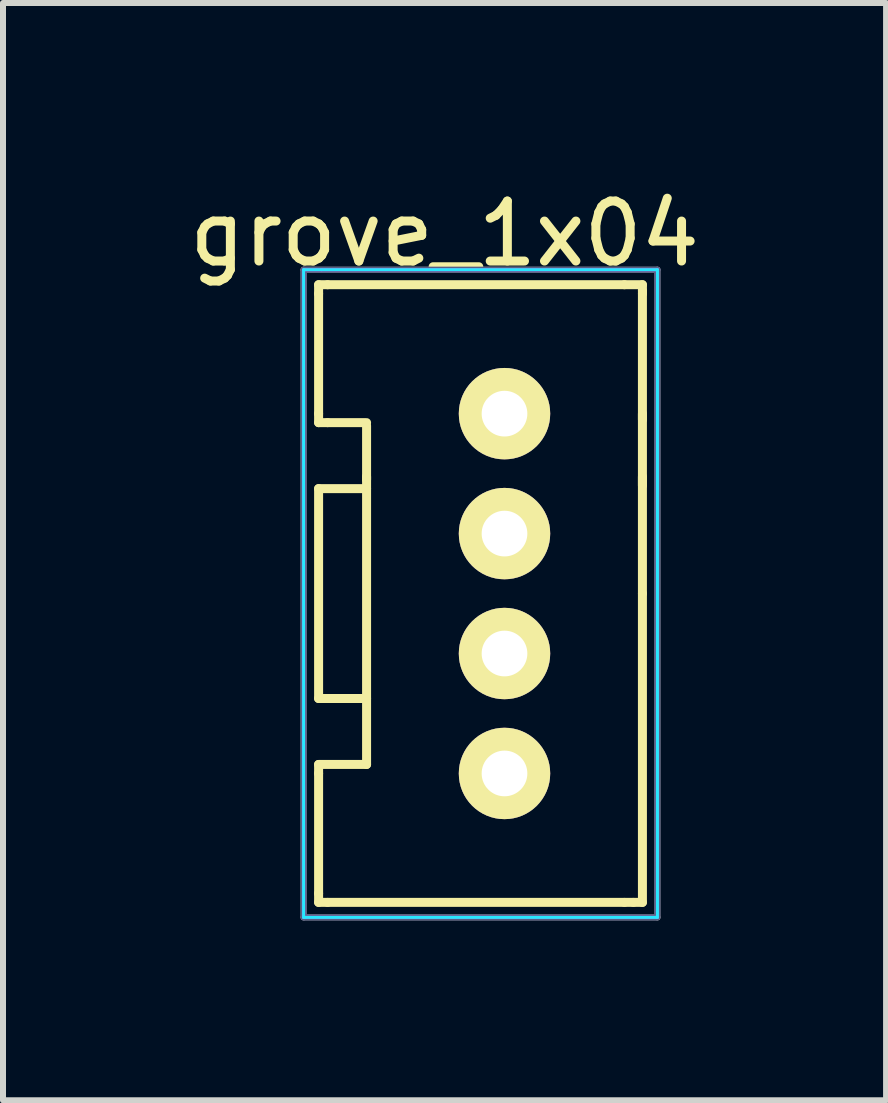
<source format=kicad_pcb>
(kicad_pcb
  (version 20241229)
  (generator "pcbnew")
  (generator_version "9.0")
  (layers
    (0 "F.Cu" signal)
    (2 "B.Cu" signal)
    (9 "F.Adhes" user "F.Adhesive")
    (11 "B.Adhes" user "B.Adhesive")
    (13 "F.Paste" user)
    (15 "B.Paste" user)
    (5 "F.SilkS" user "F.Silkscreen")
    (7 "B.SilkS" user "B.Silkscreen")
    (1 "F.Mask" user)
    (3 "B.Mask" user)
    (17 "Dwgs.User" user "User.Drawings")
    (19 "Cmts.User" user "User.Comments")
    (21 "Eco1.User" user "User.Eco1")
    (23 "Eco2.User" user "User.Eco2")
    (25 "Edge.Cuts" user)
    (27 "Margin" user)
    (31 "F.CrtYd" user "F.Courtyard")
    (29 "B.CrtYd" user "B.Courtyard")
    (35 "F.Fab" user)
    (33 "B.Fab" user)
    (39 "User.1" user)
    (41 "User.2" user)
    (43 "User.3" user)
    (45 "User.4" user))
  (footprint "grove_1x04"
    (layer "F.Cu")
    (at 5.363 3.848)
    (property "Reference" "grove_1x04" (at -1 -3 0) (layer "F.SilkS") (effects (font (size 1 1) (thickness 0.15))))
    (attr through_hole)
    (fp_line (start -3.1 -2.15) (end -2.95 -2.15) (stroke (width 0.15) (type solid)) (layer "F.SilkS"))
    (fp_line (start -3.1 -2) (end -3.1 -2.15) (stroke (width 0.15) (type solid)) (layer "F.SilkS"))
    (fp_line (start -3.1 -2) (end -3.1 0) (stroke (width 0.15) (type solid)) (layer "F.SilkS"))
    (fp_line (start -3.1 0.15) (end -3.1 0) (stroke (width 0.15) (type solid)) (layer "F.SilkS"))
    (fp_line (start -3.1 1.25) (end -3.1 4.75) (stroke (width 0.15) (type solid)) (layer "F.SilkS"))
    (fp_line (start -3.1 4.75) (end -2.3 4.75) (stroke (width 0.15) (type solid)) (layer "F.SilkS"))
    (fp_line (start -3.1 5.85) (end -2.3 5.85) (stroke (width 0.15) (type solid)) (layer "F.SilkS"))
    (fp_line (start -3.1 6) (end -3.1 5.85) (stroke (width 0.15) (type solid)) (layer "F.SilkS"))
    (fp_line (start -3.1 6) (end -3.1 8) (stroke (width 0.15) (type solid)) (layer "F.SilkS"))
    (fp_line (start -3.1 8.15) (end -3.1 8) (stroke (width 0.15) (type solid)) (layer "F.SilkS"))
    (fp_line (start -2.95 -2.15) (end 2 -2.15) (stroke (width 0.15) (type solid)) (layer "F.SilkS"))
    (fp_line (start -2.95 0.15) (end -3.1 0.15) (stroke (width 0.15) (type solid)) (layer "F.SilkS"))
    (fp_line (start -2.95 0.15) (end -2.3 0.15) (stroke (width 0.15) (type solid)) (layer "F.SilkS"))
    (fp_line (start -2.95 8.15) (end -3.1 8.15) (stroke (width 0.15) (type solid)) (layer "F.SilkS"))
    (fp_line (start -2.95 8.15) (end 2 8.15) (stroke (width 0.15) (type solid)) (layer "F.SilkS"))
    (fp_line (start -2.3 1.05) (end -2.3 5.85) (stroke (width 0.15) (type solid)) (layer "F.SilkS"))
    (fp_line (start -2.3 1.1) (end -2.3 0.2) (stroke (width 0.15) (type solid)) (layer "F.SilkS"))
    (fp_line (start -2.3 1.25) (end -3.1 1.25) (stroke (width 0.15) (type solid)) (layer "F.SilkS"))
    (fp_line (start 2 -2.15) (end 2.3 -2.15) (stroke (width 0.15) (type solid)) (layer "F.SilkS"))
    (fp_line (start 2 8.15) (end 2.15 8.15) (stroke (width 0.15) (type solid)) (layer "F.SilkS"))
    (fp_line (start 2.15 8.15) (end 2.3 8.15) (stroke (width 0.15) (type solid)) (layer "F.SilkS"))
    (fp_line (start 2.3 -2.15) (end 2.3 -2.05) (stroke (width 0.15) (type solid)) (layer "F.SilkS"))
    (fp_line (start 2.3 -2.05) (end 2.3 -2) (stroke (width 0.15) (type solid)) (layer "F.SilkS"))
    (fp_line (start 2.3 -2) (end 2.3 0.1) (stroke (width 0.15) (type solid)) (layer "F.SilkS"))
    (fp_line (start 2.3 1.05) (end 2.3 3) (stroke (width 0.15) (type solid)) (layer "F.SilkS"))
    (fp_line (start 2.3 1.2) (end 2.3 0) (stroke (width 0.15) (type solid)) (layer "F.SilkS"))
    (fp_line (start 2.3 8.15) (end 2.3 3) (stroke (width 0.15) (type solid)) (layer "F.SilkS"))
    (fp_line (start -3.35 -2.4) (end -3.35 8.4) (stroke (width 0.05) (type solid)) (layer "B.CrtYd"))
    (fp_line (start -3.35 8.4) (end 2.55 8.4) (stroke (width 0.05) (type solid)) (layer "B.CrtYd"))
    (fp_line (start 2.55 -2.4) (end -3.35 -2.4) (stroke (width 0.05) (type solid)) (layer "B.CrtYd"))
    (fp_line (start 2.55 8.4) (end 2.55 -2.4) (stroke (width 0.05) (type solid)) (layer "B.CrtYd"))
    (fp_line (start -3.35 -2.4) (end -3.35 8.4) (stroke (width 0.05) (type solid)) (layer "F.CrtYd"))
    (fp_line (start -3.35 8.4) (end 2.55 8.4) (stroke (width 0.05) (type solid)) (layer "F.CrtYd"))
    (fp_line (start -3.05 -2.4) (end -3.35 -2.4) (stroke (width 0.05) (type solid)) (layer "F.CrtYd"))
    (fp_line (start -3.05 -2.4) (end 2.55 -2.4) (stroke (width 0.05) (type solid)) (layer "F.CrtYd"))
    (fp_line (start 2.55 8.4) (end 2.55 -2.4) (stroke (width 0.05) (type solid)) (layer "F.CrtYd"))
    (fp_line (start -3.35 -2.4) (end 2.55 -2.4) (stroke (width 0.1) (type solid)) (layer "B.Fab"))
    (fp_line (start -3.35 8.4) (end -3.35 -2.4) (stroke (width 0.1) (type solid)) (layer "B.Fab"))
    (fp_line (start 2.55 -2.4) (end 2.55 8.375) (stroke (width 0.1) (type solid)) (layer "B.Fab"))
    (fp_line (start 2.55 8.4) (end -3.35 8.4) (stroke (width 0.1) (type solid)) (layer "B.Fab"))
    (fp_line (start -3.35 -2.4) (end 2.55 -2.4) (stroke (width 0.1) (type solid)) (layer "F.Fab"))
    (fp_line (start -3.35 8.4) (end -3.35 -2.4) (stroke (width 0.1) (type solid)) (layer "F.Fab"))
    (fp_line (start 2.55 -2.4) (end 2.55 8.4) (stroke (width 0.1) (type solid)) (layer "F.Fab"))
    (fp_line (start 2.55 8.4) (end -3.35 8.4) (stroke (width 0.1) (type solid)) (layer "F.Fab"))
    (pad "1" thru_hole circle (at 0 0) (size 1.524 1.524) (drill 0.762) (layers "*.Cu" "*.Mask" "F.SilkS"))
    (pad "2" thru_hole circle (at 0 2) (size 1.524 1.524) (drill 0.762) (layers "*.Cu" "*.Mask" "F.SilkS"))
    (pad "3" thru_hole circle (at 0 4) (size 1.524 1.524) (drill 0.762) (layers "*.Cu" "*.Mask" "F.SilkS"))
    (pad "4" thru_hole circle (at 0 6) (size 1.524 1.524) (drill 0.762) (layers "*.Cu" "*.Mask" "F.SilkS")))
  (gr_rect
    (start -3 -3)
    (end 11.726 15.298)
    (stroke (width 0.1) (type default))
    (fill no)
    (layer "Edge.Cuts")))
</source>
